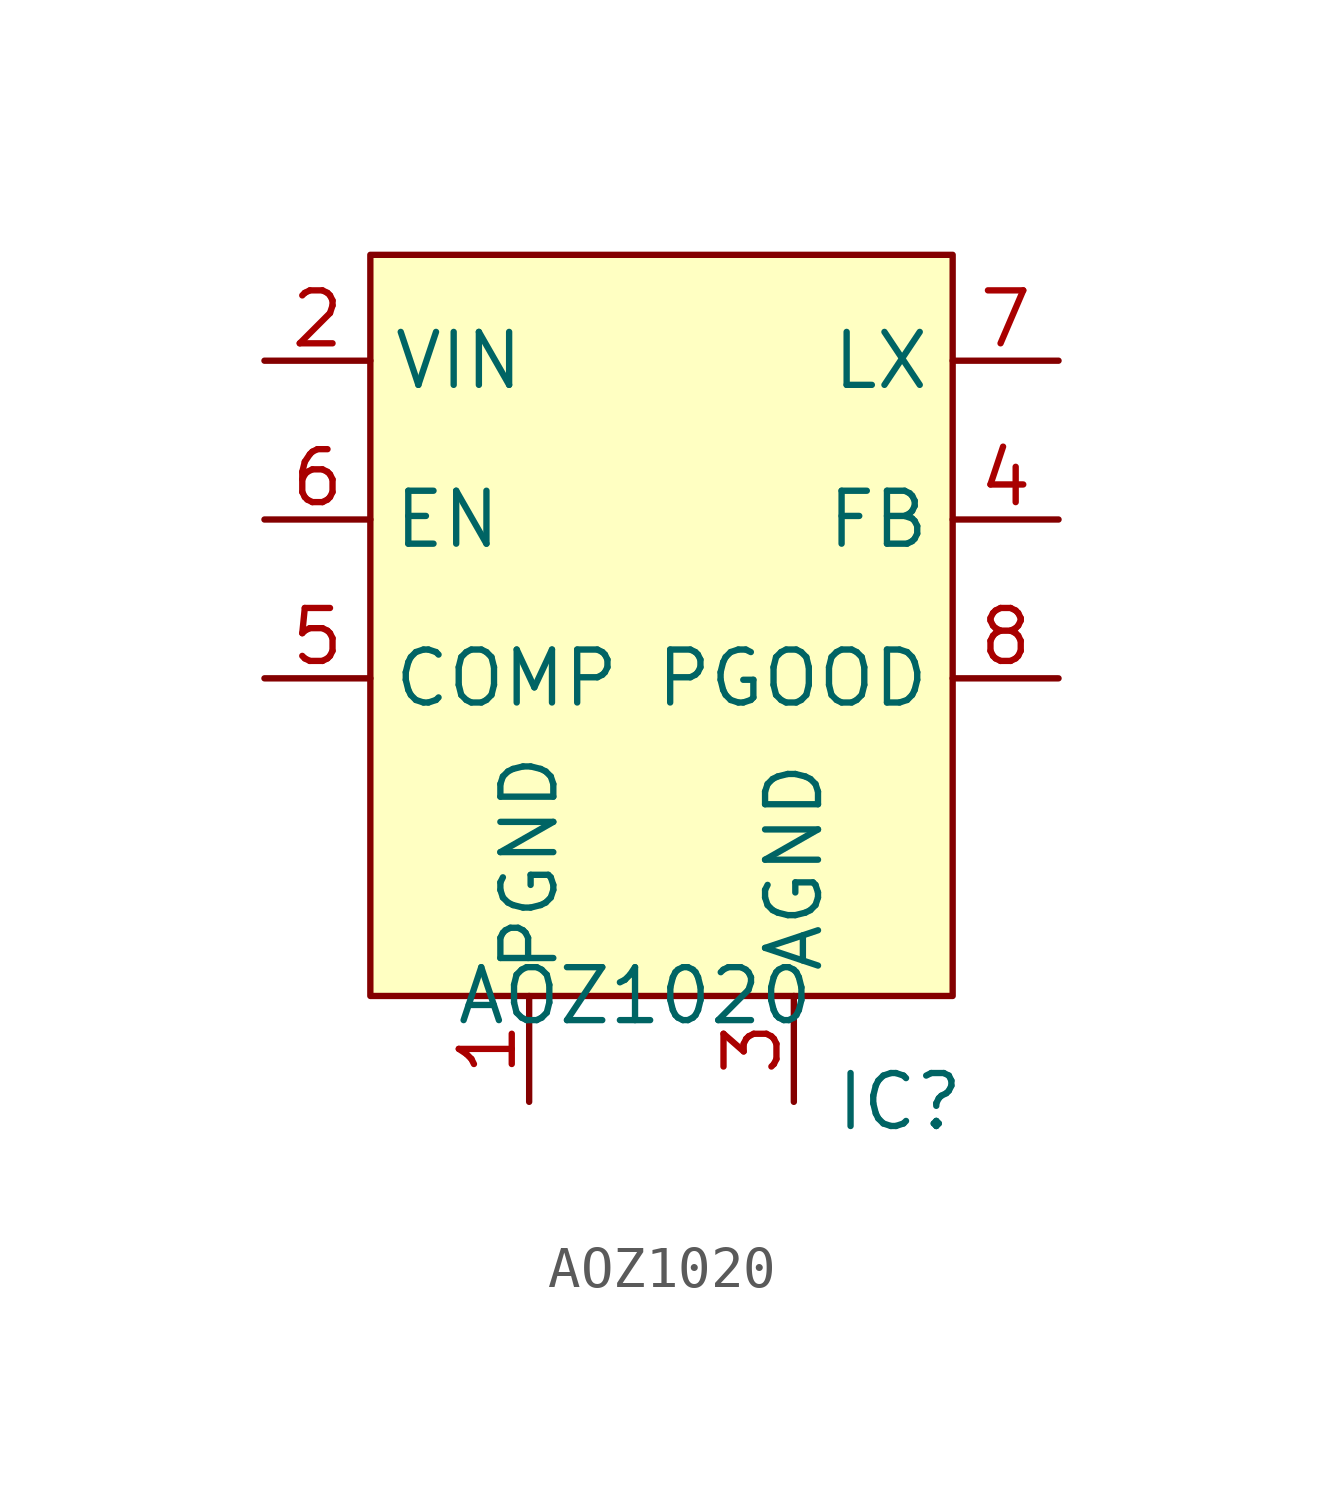
<source format=kicad_sym>
(kicad_symbol_lib
  (version 20231120)
  (generator "kicad_symbol_editor")
  (generator_version "8.0")
  (symbol "AOZ1020"
    (property "Reference" "IC"
      (at 6.35 -2.54 0)
      (effects (font (size 1.27 1.27))))
    (property "Value" "AOZ1020"
      (at 0 0 0)
      (effects (font (size 1.27 1.27))))
    (symbol "AOZ1020_0_1"
      (rectangle (start -6.35 17.78) (end 7.62 0) (stroke (width 0) (type default)) (fill (type background))))
    (symbol "AOZ1020_1_1"
      (pin power_in line (at -2.54 -2.54 90) (length 2.54) (name "PGND" (effects (font (size 1.27 1.27)))) (number "1" (effects (font (size 1.27 1.27)))))
      (pin power_in line (at -8.89 15.24 0) (length 2.54) (name "VIN" (effects (font (size 1.27 1.27)))) (number "2" (effects (font (size 1.27 1.27)))))
      (pin power_in line (at 3.81 -2.54 90) (length 2.54) (name "AGND" (effects (font (size 1.27 1.27)))) (number "3" (effects (font (size 1.27 1.27)))))
      (pin input line (at 10.16 11.43 180) (length 2.54) (name "FB" (effects (font (size 1.27 1.27)))) (number "4" (effects (font (size 1.27 1.27)))))
      (pin passive line (at -8.89 7.62 0) (length 2.54) (name "COMP" (effects (font (size 1.27 1.27)))) (number "5" (effects (font (size 1.27 1.27)))))
      (pin input line (at -8.89 11.43 0) (length 2.54) (name "EN" (effects (font (size 1.27 1.27)))) (number "6" (effects (font (size 1.27 1.27)))))
      (pin power_out line (at 10.16 15.24 180) (length 2.54) (name "LX" (effects (font (size 1.27 1.27)))) (number "7" (effects (font (size 1.27 1.27)))))
      (pin open_collector line (at 10.16 7.62 180) (length 2.54) (name "PGOOD" (effects (font (size 1.27 1.27)))) (number "8" (effects (font (size 1.27 1.27))))))))
</source>
